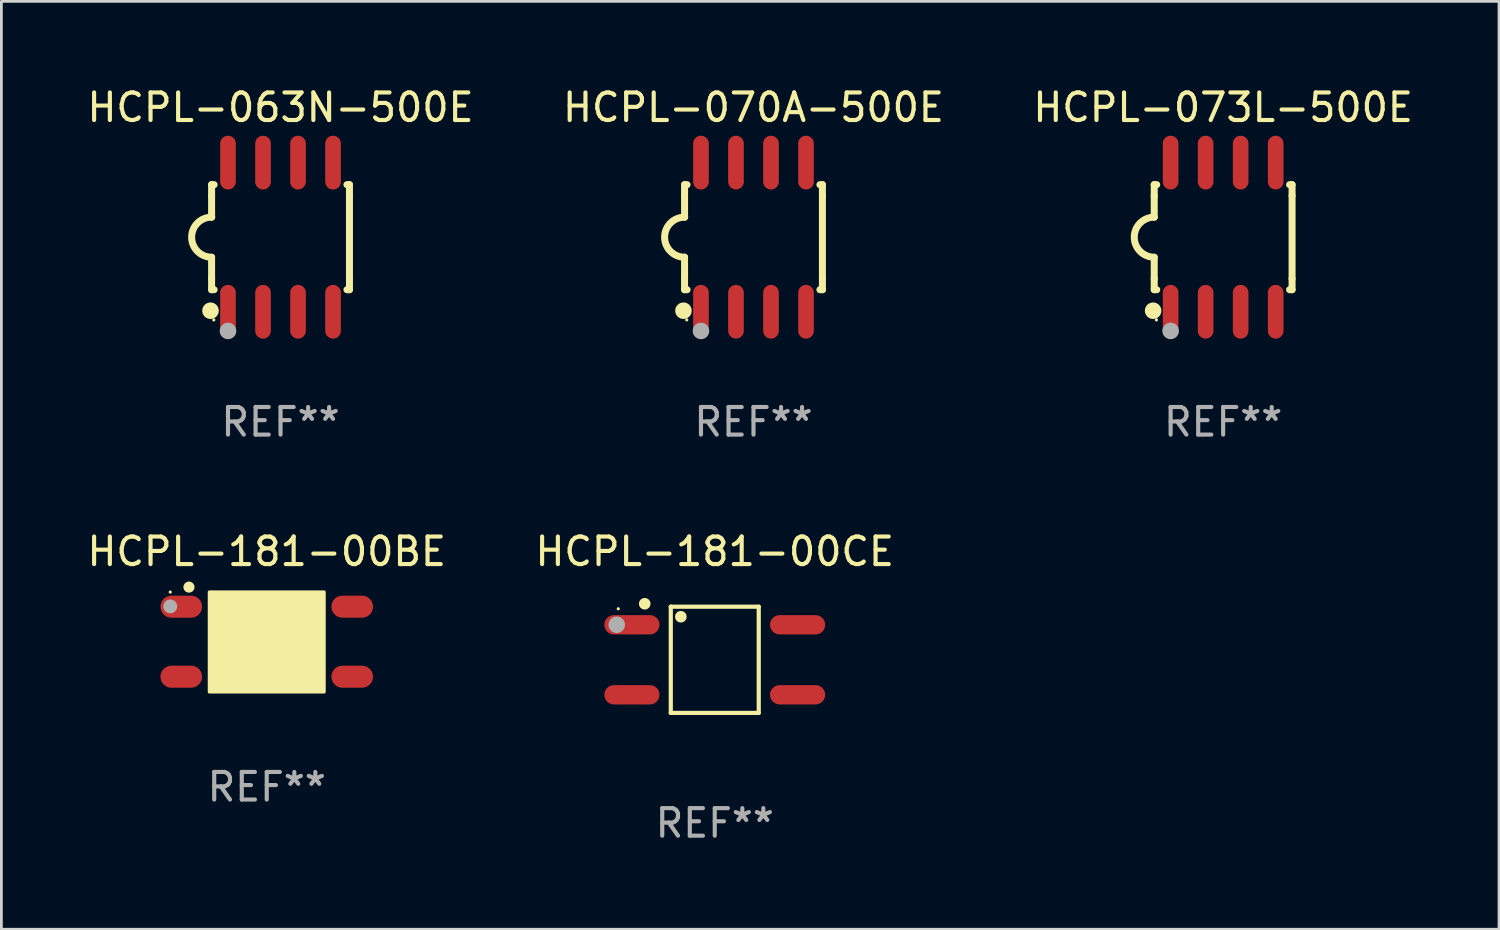
<source format=kicad_pcb>
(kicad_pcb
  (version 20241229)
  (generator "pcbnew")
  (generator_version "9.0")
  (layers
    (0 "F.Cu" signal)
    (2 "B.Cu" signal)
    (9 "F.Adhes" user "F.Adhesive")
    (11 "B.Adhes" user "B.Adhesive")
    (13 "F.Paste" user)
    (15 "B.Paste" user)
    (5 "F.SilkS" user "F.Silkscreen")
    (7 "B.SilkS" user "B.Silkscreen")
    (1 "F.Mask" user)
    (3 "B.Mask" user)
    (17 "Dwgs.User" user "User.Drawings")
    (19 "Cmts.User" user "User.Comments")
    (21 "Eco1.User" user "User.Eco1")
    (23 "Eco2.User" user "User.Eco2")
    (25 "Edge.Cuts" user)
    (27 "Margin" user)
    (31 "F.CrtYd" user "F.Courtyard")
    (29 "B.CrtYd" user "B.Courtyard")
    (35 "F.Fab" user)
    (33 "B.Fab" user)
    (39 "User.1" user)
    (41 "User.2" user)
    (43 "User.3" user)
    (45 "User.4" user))
  (footprint "HCPL-181-00CE"
    (layer "F.Cu")
    (at 22.875 20.881)
    (property "Reference" "HCPL-181-00CE" (at 0 -3.926 0) (layer "F.SilkS") (effects (font (size 1 1) (thickness 0.15))))
    (attr through_hole)
    (fp_line (start -1.595 -1.926) (end 1.595 -1.926) (stroke (width 0.152) (type solid)) (layer "F.SilkS"))
    (fp_line (start -1.595 1.926) (end -1.595 -1.926) (stroke (width 0.152) (type solid)) (layer "F.SilkS"))
    (fp_line (start 1.595 -1.926) (end 1.595 1.926) (stroke (width 0.152) (type solid)) (layer "F.SilkS"))
    (fp_line (start 1.595 1.926) (end -1.595 1.926) (stroke (width 0.152) (type solid)) (layer "F.SilkS"))
    (fp_circle (center -3.5 -1.85) (end -3.47 -1.85) (stroke (width 0.06) (type solid)) (fill no) (layer "F.SilkS"))
    (fp_circle (center -2.54 -2.032) (end -2.434 -2.032) (stroke (width 0.212) (type solid)) (fill no) (layer "F.SilkS"))
    (fp_circle (center -1.23 -1.561) (end -1.124 -1.561) (stroke (width 0.212) (type solid)) (fill no) (layer "F.SilkS"))
    (fp_circle (center -3.556 -1.27) (end -3.406 -1.27) (stroke (width 0.3) (type solid)) (fill no) (layer "F.Fab"))
    (fp_text user "REF**" (at 0 5.926 0) (layer "F.Fab") (effects (font (size 1 1) (thickness 0.15))))
    (pad "1" smd oval (at -3.005 -1.27) (size 2 0.7) (layers "F.Cu" "F.Mask" "F.Paste"))
    (pad "2" smd oval (at -3.005 1.27) (size 2 0.7) (layers "F.Cu" "F.Mask" "F.Paste"))
    (pad "3" smd oval (at 3.005 1.27) (size 2 0.7) (layers "F.Cu" "F.Mask" "F.Paste"))
    (pad "4" smd oval (at 3.005 -1.27) (size 2 0.7) (layers "F.Cu" "F.Mask" "F.Paste")))
  (footprint "HCPL-073L-500E"
    (layer "F.Cu")
    (at 41.315 5.553)
    (property "Reference" "HCPL-073L-500E" (at 0 -4.705 0) (layer "F.SilkS") (effects (font (size 1 1) (thickness 0.15))))
    (attr through_hole)
    (fp_line (start -2.5 -1.905) (end -2.409 -1.905) (stroke (width 0.254) (type solid)) (layer "F.SilkS"))
    (fp_line (start -2.5 -1.5) (end -2.5 -1.905) (stroke (width 0.254) (type solid)) (layer "F.SilkS"))
    (fp_line (start -2.5 -1.5) (end -2.5 -0.726) (stroke (width 0.254) (type solid)) (layer "F.SilkS"))
    (fp_line (start -2.5 1.5) (end -2.5 0.727) (stroke (width 0.254) (type solid)) (layer "F.SilkS"))
    (fp_line (start -2.5 1.5) (end -2.5 1.905) (stroke (width 0.254) (type solid)) (layer "F.SilkS"))
    (fp_line (start -2.5 1.905) (end -2.409 1.905) (stroke (width 0.254) (type solid)) (layer "F.SilkS"))
    (fp_line (start 2.5 -1.905) (end 2.409 -1.905) (stroke (width 0.254) (type solid)) (layer "F.SilkS"))
    (fp_line (start 2.5 -1.5) (end 2.5 -1.905) (stroke (width 0.254) (type solid)) (layer "F.SilkS"))
    (fp_line (start 2.5 -1.5) (end 2.5 1.5) (stroke (width 0.254) (type solid)) (layer "F.SilkS"))
    (fp_line (start 2.5 1.5) (end 2.5 1.905) (stroke (width 0.254) (type solid)) (layer "F.SilkS"))
    (fp_line (start 2.5 1.905) (end 2.409 1.905) (stroke (width 0.254) (type solid)) (layer "F.SilkS"))
    (fp_arc (start -2.5 0.726568) (mid -3.220316 -0.0023) (end -2.495097 -0.726289) (stroke (width 0.254001) (type solid)) (layer "F.SilkS"))
    (fp_circle (center -2.54 2.667) (end -2.39 2.667) (stroke (width 0.3) (type solid)) (fill no) (layer "F.SilkS"))
    (fp_circle (center -2.42 3) (end -2.39 3) (stroke (width 0.06) (type solid)) (fill no) (layer "F.SilkS"))
    (fp_circle (center -1.905 3.4) (end -1.755 3.4) (stroke (width 0.3) (type solid)) (fill no) (layer "F.Fab"))
    (fp_text user "REF**" (at 0 6.705 0) (layer "F.Fab") (effects (font (size 1 1) (thickness 0.15))))
    (pad "1" smd oval (at -1.905 2.705) (size 0.568 1.95) (layers "F.Cu" "F.Mask" "F.Paste"))
    (pad "2" smd oval (at -0.635 2.705) (size 0.568 1.95) (layers "F.Cu" "F.Mask" "F.Paste"))
    (pad "3" smd oval (at 0.635 2.705) (size 0.568 1.95) (layers "F.Cu" "F.Mask" "F.Paste"))
    (pad "4" smd oval (at 1.905 2.705) (size 0.568 1.95) (layers "F.Cu" "F.Mask" "F.Paste"))
    (pad "5" smd oval (at 1.905 -2.705) (size 0.568 1.95) (layers "F.Cu" "F.Mask" "F.Paste"))
    (pad "6" smd oval (at 0.635 -2.705) (size 0.568 1.95) (layers "F.Cu" "F.Mask" "F.Paste"))
    (pad "7" smd oval (at -0.635 -2.705) (size 0.568 1.95) (layers "F.Cu" "F.Mask" "F.Paste"))
    (pad "8" smd oval (at -1.905 -2.705) (size 0.568 1.95) (layers "F.Cu" "F.Mask" "F.Paste")))
  (footprint "HCPL-063N-500E"
    (layer "F.Cu")
    (at 7.125 5.553)
    (property "Reference" "HCPL-063N-500E" (at 0 -4.705 0) (layer "F.SilkS") (effects (font (size 1 1) (thickness 0.15))))
    (attr through_hole)
    (fp_line (start -2.5 -1.905) (end -2.409 -1.905) (stroke (width 0.254) (type solid)) (layer "F.SilkS"))
    (fp_line (start -2.5 -1.5) (end -2.5 -1.905) (stroke (width 0.254) (type solid)) (layer "F.SilkS"))
    (fp_line (start -2.5 -1.5) (end -2.5 -0.726) (stroke (width 0.254) (type solid)) (layer "F.SilkS"))
    (fp_line (start -2.5 1.5) (end -2.5 0.727) (stroke (width 0.254) (type solid)) (layer "F.SilkS"))
    (fp_line (start -2.5 1.5) (end -2.5 1.905) (stroke (width 0.254) (type solid)) (layer "F.SilkS"))
    (fp_line (start -2.5 1.905) (end -2.409 1.905) (stroke (width 0.254) (type solid)) (layer "F.SilkS"))
    (fp_line (start 2.5 -1.905) (end 2.409 -1.905) (stroke (width 0.254) (type solid)) (layer "F.SilkS"))
    (fp_line (start 2.5 -1.5) (end 2.5 -1.905) (stroke (width 0.254) (type solid)) (layer "F.SilkS"))
    (fp_line (start 2.5 -1.5) (end 2.5 1.5) (stroke (width 0.254) (type solid)) (layer "F.SilkS"))
    (fp_line (start 2.5 1.5) (end 2.5 1.905) (stroke (width 0.254) (type solid)) (layer "F.SilkS"))
    (fp_line (start 2.5 1.905) (end 2.409 1.905) (stroke (width 0.254) (type solid)) (layer "F.SilkS"))
    (fp_arc (start -2.5 0.726568) (mid -3.220316 -0.0023) (end -2.495097 -0.726289) (stroke (width 0.254001) (type solid)) (layer "F.SilkS"))
    (fp_circle (center -2.54 2.667) (end -2.39 2.667) (stroke (width 0.3) (type solid)) (fill no) (layer "F.SilkS"))
    (fp_circle (center -2.42 3) (end -2.39 3) (stroke (width 0.06) (type solid)) (fill no) (layer "F.SilkS"))
    (fp_circle (center -1.905 3.4) (end -1.755 3.4) (stroke (width 0.3) (type solid)) (fill no) (layer "F.Fab"))
    (fp_text user "REF**" (at 0 6.705 0) (layer "F.Fab") (effects (font (size 1 1) (thickness 0.15))))
    (pad "1" smd oval (at -1.905 2.705) (size 0.568 1.95) (layers "F.Cu" "F.Mask" "F.Paste"))
    (pad "2" smd oval (at -0.635 2.705) (size 0.568 1.95) (layers "F.Cu" "F.Mask" "F.Paste"))
    (pad "3" smd oval (at 0.635 2.705) (size 0.568 1.95) (layers "F.Cu" "F.Mask" "F.Paste"))
    (pad "4" smd oval (at 1.905 2.705) (size 0.568 1.95) (layers "F.Cu" "F.Mask" "F.Paste"))
    (pad "5" smd oval (at 1.905 -2.705) (size 0.568 1.95) (layers "F.Cu" "F.Mask" "F.Paste"))
    (pad "6" smd oval (at 0.635 -2.705) (size 0.568 1.95) (layers "F.Cu" "F.Mask" "F.Paste"))
    (pad "7" smd oval (at -0.635 -2.705) (size 0.568 1.95) (layers "F.Cu" "F.Mask" "F.Paste"))
    (pad "8" smd oval (at -1.905 -2.705) (size 0.568 1.95) (layers "F.Cu" "F.Mask" "F.Paste")))
  (footprint "HCPL-070A-500E"
    (layer "F.Cu")
    (at 24.28 5.553)
    (property "Reference" "HCPL-070A-500E" (at 0 -4.705 0) (layer "F.SilkS") (effects (font (size 1 1) (thickness 0.15))))
    (attr through_hole)
    (fp_line (start -2.5 -1.905) (end -2.409 -1.905) (stroke (width 0.254) (type solid)) (layer "F.SilkS"))
    (fp_line (start -2.5 -1.5) (end -2.5 -1.905) (stroke (width 0.254) (type solid)) (layer "F.SilkS"))
    (fp_line (start -2.5 -1.5) (end -2.5 -0.726) (stroke (width 0.254) (type solid)) (layer "F.SilkS"))
    (fp_line (start -2.5 1.5) (end -2.5 0.727) (stroke (width 0.254) (type solid)) (layer "F.SilkS"))
    (fp_line (start -2.5 1.5) (end -2.5 1.905) (stroke (width 0.254) (type solid)) (layer "F.SilkS"))
    (fp_line (start -2.5 1.905) (end -2.409 1.905) (stroke (width 0.254) (type solid)) (layer "F.SilkS"))
    (fp_line (start 2.5 -1.905) (end 2.409 -1.905) (stroke (width 0.254) (type solid)) (layer "F.SilkS"))
    (fp_line (start 2.5 -1.5) (end 2.5 -1.905) (stroke (width 0.254) (type solid)) (layer "F.SilkS"))
    (fp_line (start 2.5 -1.5) (end 2.5 1.5) (stroke (width 0.254) (type solid)) (layer "F.SilkS"))
    (fp_line (start 2.5 1.5) (end 2.5 1.905) (stroke (width 0.254) (type solid)) (layer "F.SilkS"))
    (fp_line (start 2.5 1.905) (end 2.409 1.905) (stroke (width 0.254) (type solid)) (layer "F.SilkS"))
    (fp_arc (start -2.5 0.726568) (mid -3.220316 -0.0023) (end -2.495097 -0.726289) (stroke (width 0.254001) (type solid)) (layer "F.SilkS"))
    (fp_circle (center -2.54 2.667) (end -2.39 2.667) (stroke (width 0.3) (type solid)) (fill no) (layer "F.SilkS"))
    (fp_circle (center -2.42 3) (end -2.39 3) (stroke (width 0.06) (type solid)) (fill no) (layer "F.SilkS"))
    (fp_circle (center -1.905 3.4) (end -1.755 3.4) (stroke (width 0.3) (type solid)) (fill no) (layer "F.Fab"))
    (fp_text user "REF**" (at 0 6.705 0) (layer "F.Fab") (effects (font (size 1 1) (thickness 0.15))))
    (pad "1" smd oval (at -1.905 2.705) (size 0.568 1.95) (layers "F.Cu" "F.Mask" "F.Paste"))
    (pad "2" smd oval (at -0.635 2.705) (size 0.568 1.95) (layers "F.Cu" "F.Mask" "F.Paste"))
    (pad "3" smd oval (at 0.635 2.705) (size 0.568 1.95) (layers "F.Cu" "F.Mask" "F.Paste"))
    (pad "4" smd oval (at 1.905 2.705) (size 0.568 1.95) (layers "F.Cu" "F.Mask" "F.Paste"))
    (pad "5" smd oval (at 1.905 -2.705) (size 0.568 1.95) (layers "F.Cu" "F.Mask" "F.Paste"))
    (pad "6" smd oval (at 0.635 -2.705) (size 0.568 1.95) (layers "F.Cu" "F.Mask" "F.Paste"))
    (pad "7" smd oval (at -0.635 -2.705) (size 0.568 1.95) (layers "F.Cu" "F.Mask" "F.Paste"))
    (pad "8" smd oval (at -1.905 -2.705) (size 0.568 1.95) (layers "F.Cu" "F.Mask" "F.Paste")))
  (footprint "HCPL-181-00BE"
    (layer "F.Cu")
    (at 6.625 20.225)
    (property "Reference" "HCPL-181-00BE" (at 0 -3.27 0) (layer "F.SilkS") (effects (font (size 1 1) (thickness 0.15))))
    (attr through_hole)
    (fp_arc (start -2.822555 -1.98001) (mid -2.821285 -1.980014) (end -2.820015 -1.98001) (stroke (width 0.4) (type solid)) (layer "F.SilkS"))
    (fp_circle (center -3.5 -1.8) (end -3.47 -1.8) (stroke (width 0.06) (type solid)) (fill no) (layer "F.SilkS"))
    (fp_poly (pts (xy -2.08 -1.8) (xy 2.08 -1.8) (xy 2.08 1.82) (xy -2.08 1.82)) (stroke (width 0.12) (type solid)) (fill yes) (layer "F.SilkS"))
    (fp_circle (center -3.5 -1.28) (end -3.373 -1.28) (stroke (width 0.254) (type solid)) (fill no) (layer "F.Fab"))
    (fp_text user "REF**" (at 0 5.27 0) (layer "F.Fab") (effects (font (size 1 1) (thickness 0.15))))
    (pad "1" smd oval (at -3.1 -1.27 270) (size 0.8 1.508) (layers "F.Cu" "F.Mask" "F.Paste"))
    (pad "2" smd oval (at -3.1 1.27 270) (size 0.8 1.508) (layers "F.Cu" "F.Mask" "F.Paste"))
    (pad "3" smd oval (at 3.1 1.27 270) (size 0.8 1.508) (layers "F.Cu" "F.Mask" "F.Paste"))
    (pad "4" smd oval (at 3.1 -1.27 270) (size 0.8 1.508) (layers "F.Cu" "F.Mask" "F.Paste")))
  (gr_rect
    (start -3 -3)
    (end 51.321 30.656)
    (stroke (width 0.1) (type default))
    (fill no)
    (layer "Edge.Cuts")))
</source>
